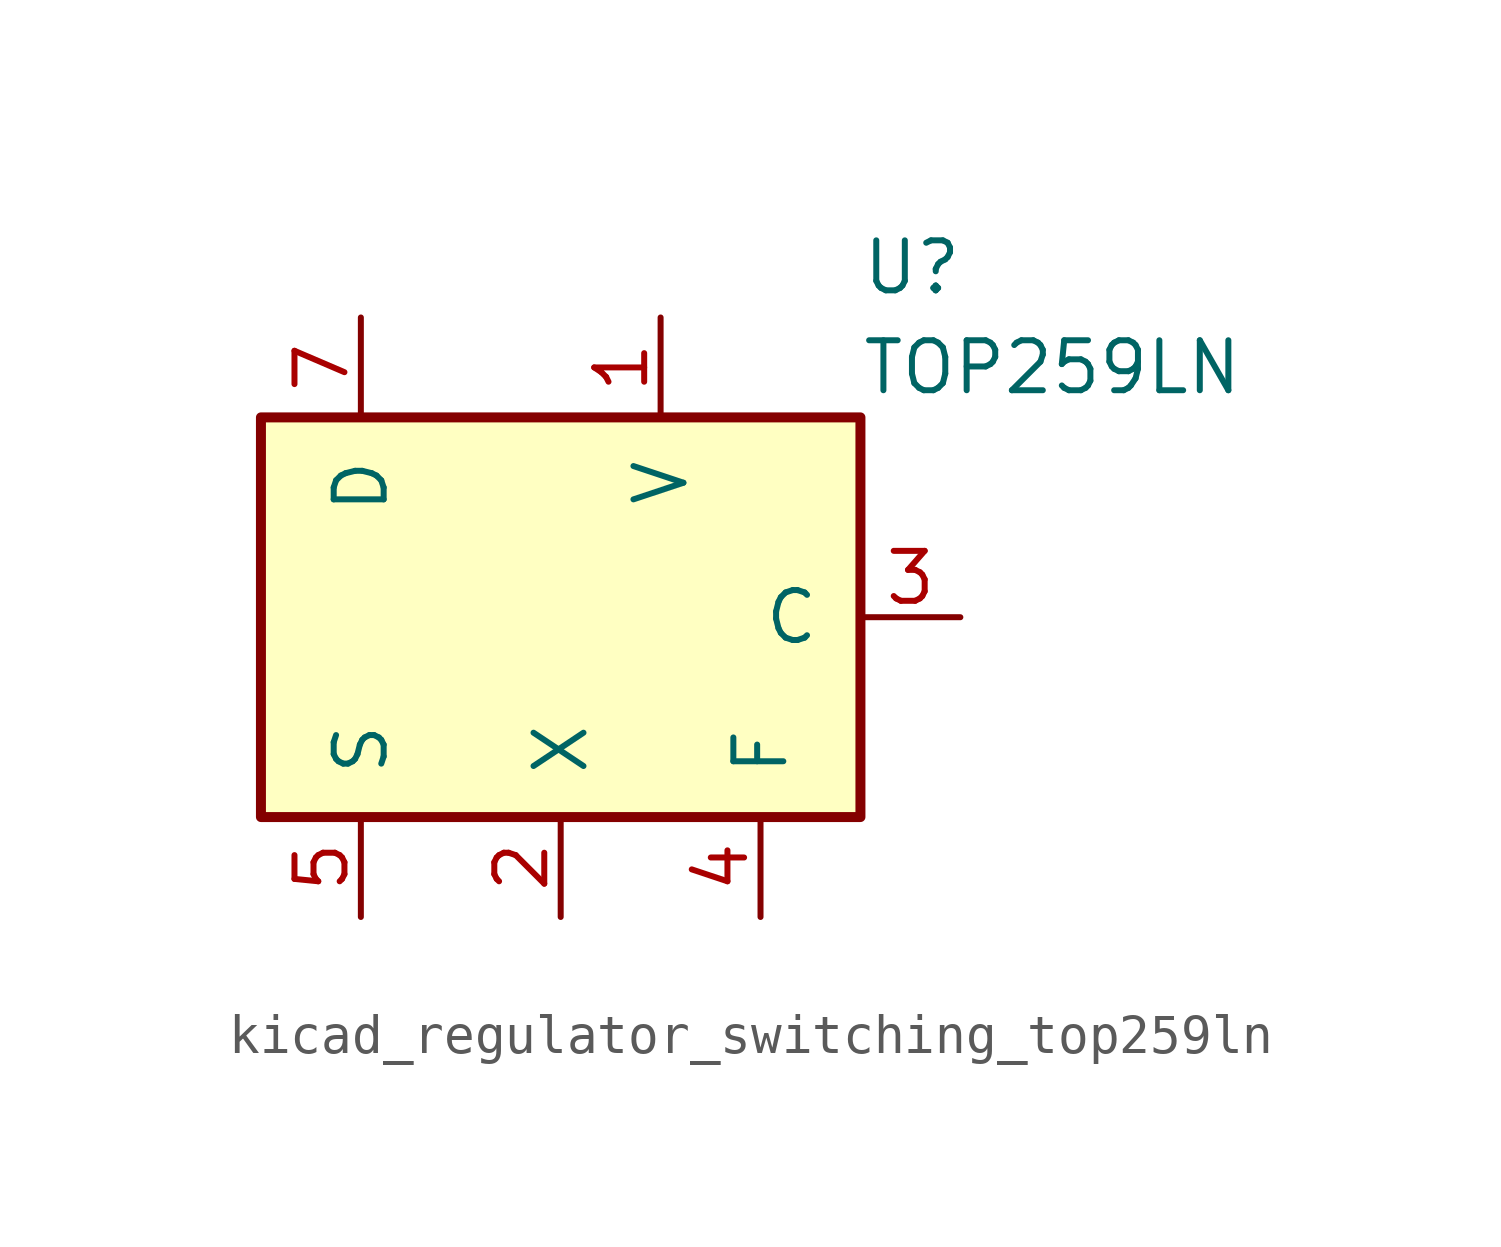
<source format=kicad_sym>
(kicad_symbol_lib
  (version 20220914)
  (generator kicad_symbol_editor)
  (symbol "kicad_regulator_switching_top259ln"
    (pin_names
      (offset 1.016))
    (property "Reference" "U"
      (at 7.62 8.89 0)
      (effects (font (size 1.27 1.27)) (justify left)))
    (property "Value" "TOP259LN"
      (at 7.62 6.35 0)
      (effects (font (size 1.27 1.27)) (justify left)))
    (symbol "kicad_regulator_switching_top259ln_0_1"
      (rectangle (start -7.62 5.08) (end 7.62 -5.08) (stroke (width 0.254) (type default)) (fill (type background))))
    (symbol "kicad_regulator_switching_top259ln_1_1"
      (pin input line (at 2.54 7.62 270) (length 2.54) (name "V" (effects (font (size 1.27 1.27)))) (number "1" (effects (font (size 1.27 1.27)))))
      (pin input line (at 0 -7.62 90) (length 2.54) (name "X" (effects (font (size 1.27 1.27)))) (number "2" (effects (font (size 1.27 1.27)))))
      (pin input line (at 10.16 0 180) (length 2.54) (name "C" (effects (font (size 1.27 1.27)))) (number "3" (effects (font (size 1.27 1.27)))))
      (pin passive line (at 5.08 -7.62 90) (length 2.54) (name "F" (effects (font (size 1.27 1.27)))) (number "4" (effects (font (size 1.27 1.27)))))
      (pin power_in line (at -5.08 -7.62 90) (length 2.54) (name "S" (effects (font (size 1.27 1.27)))) (number "5" (effects (font (size 1.27 1.27)))))
      (pin open_collector line (at -5.08 7.62 270) (length 2.54) (name "D" (effects (font (size 1.27 1.27)))) (number "7" (effects (font (size 1.27 1.27))))))))
</source>
